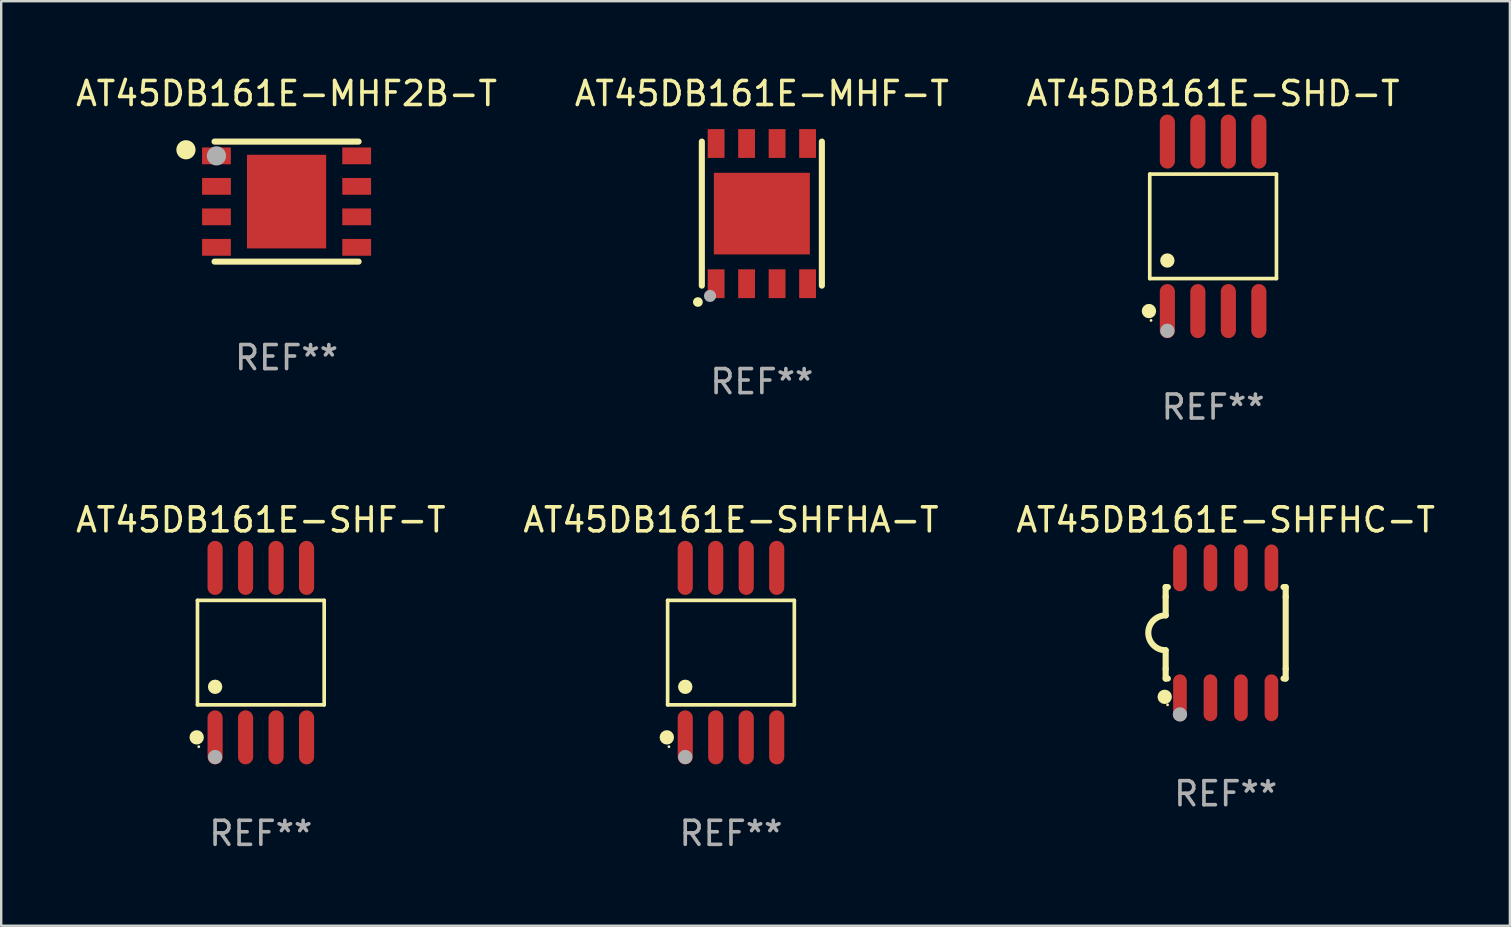
<source format=kicad_pcb>
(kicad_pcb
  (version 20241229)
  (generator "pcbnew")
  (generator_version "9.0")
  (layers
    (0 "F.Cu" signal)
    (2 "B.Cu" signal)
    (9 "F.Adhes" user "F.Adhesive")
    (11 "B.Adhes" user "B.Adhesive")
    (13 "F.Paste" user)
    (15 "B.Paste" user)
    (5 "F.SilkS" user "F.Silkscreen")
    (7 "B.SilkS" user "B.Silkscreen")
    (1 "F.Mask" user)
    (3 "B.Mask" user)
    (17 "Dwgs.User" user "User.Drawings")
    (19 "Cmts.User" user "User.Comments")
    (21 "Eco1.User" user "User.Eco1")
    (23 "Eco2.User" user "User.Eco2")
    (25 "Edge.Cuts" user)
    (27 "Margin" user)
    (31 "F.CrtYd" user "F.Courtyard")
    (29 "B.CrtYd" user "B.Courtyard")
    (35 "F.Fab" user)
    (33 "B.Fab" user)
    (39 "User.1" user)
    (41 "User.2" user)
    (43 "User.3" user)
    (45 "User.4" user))
  (footprint "AT45DB161E-SHFHC-T"
    (layer "F.Cu")
    (at 48.006 23.31)
    (property "Reference" "AT45DB161E-SHFHC-T" (at 0 -4.705 0) (layer "F.SilkS") (effects (font (size 1 1) (thickness 0.15))))
    (attr through_hole)
    (fp_line (start -2.5 -1.905) (end -2.409 -1.905) (stroke (width 0.254) (type solid)) (layer "F.SilkS"))
    (fp_line (start -2.5 -1.5) (end -2.5 -1.905) (stroke (width 0.254) (type solid)) (layer "F.SilkS"))
    (fp_line (start -2.5 -1.5) (end -2.5 -0.726) (stroke (width 0.254) (type solid)) (layer "F.SilkS"))
    (fp_line (start -2.5 1.5) (end -2.5 0.727) (stroke (width 0.254) (type solid)) (layer "F.SilkS"))
    (fp_line (start -2.5 1.5) (end -2.5 1.905) (stroke (width 0.254) (type solid)) (layer "F.SilkS"))
    (fp_line (start -2.5 1.905) (end -2.409 1.905) (stroke (width 0.254) (type solid)) (layer "F.SilkS"))
    (fp_line (start 2.5 -1.905) (end 2.409 -1.905) (stroke (width 0.254) (type solid)) (layer "F.SilkS"))
    (fp_line (start 2.5 -1.5) (end 2.5 -1.905) (stroke (width 0.254) (type solid)) (layer "F.SilkS"))
    (fp_line (start 2.5 -1.5) (end 2.5 1.5) (stroke (width 0.254) (type solid)) (layer "F.SilkS"))
    (fp_line (start 2.5 1.5) (end 2.5 1.905) (stroke (width 0.254) (type solid)) (layer "F.SilkS"))
    (fp_line (start 2.5 1.905) (end 2.409 1.905) (stroke (width 0.254) (type solid)) (layer "F.SilkS"))
    (fp_arc (start -2.5 0.726568) (mid -3.220316 -0.0023) (end -2.495097 -0.726289) (stroke (width 0.254001) (type solid)) (layer "F.SilkS"))
    (fp_circle (center -2.54 2.667) (end -2.39 2.667) (stroke (width 0.3) (type solid)) (fill no) (layer "F.SilkS"))
    (fp_circle (center -2.42 3) (end -2.39 3) (stroke (width 0.06) (type solid)) (fill no) (layer "F.SilkS"))
    (fp_circle (center -1.905 3.4) (end -1.755 3.4) (stroke (width 0.3) (type solid)) (fill no) (layer "F.Fab"))
    (fp_text user "REF**" (at 0 6.705 0) (layer "F.Fab") (effects (font (size 1 1) (thickness 0.15))))
    (pad "1" smd oval (at -1.905 2.705) (size 0.568 1.95) (layers "F.Cu" "F.Mask" "F.Paste"))
    (pad "2" smd oval (at -0.635 2.705) (size 0.568 1.95) (layers "F.Cu" "F.Mask" "F.Paste"))
    (pad "3" smd oval (at 0.635 2.705) (size 0.568 1.95) (layers "F.Cu" "F.Mask" "F.Paste"))
    (pad "4" smd oval (at 1.905 2.705) (size 0.568 1.95) (layers "F.Cu" "F.Mask" "F.Paste"))
    (pad "5" smd oval (at 1.905 -2.705) (size 0.568 1.95) (layers "F.Cu" "F.Mask" "F.Paste"))
    (pad "6" smd oval (at 0.635 -2.705) (size 0.568 1.95) (layers "F.Cu" "F.Mask" "F.Paste"))
    (pad "7" smd oval (at -0.635 -2.705) (size 0.568 1.95) (layers "F.Cu" "F.Mask" "F.Paste"))
    (pad "8" smd oval (at -1.905 -2.705) (size 0.568 1.95) (layers "F.Cu" "F.Mask" "F.Paste")))
  (footprint "AT45DB161E-SHF-T"
    (layer "F.Cu")
    (at 7.815 24.135)
    (property "Reference" "AT45DB161E-SHF-T" (at 0 -5.53 0) (layer "F.SilkS") (effects (font (size 1 1) (thickness 0.15))))
    (attr through_hole)
    (fp_line (start -2.639 -2.176) (end 2.639 -2.176) (stroke (width 0.152) (type solid)) (layer "F.SilkS"))
    (fp_line (start -2.639 2.176) (end -2.639 -2.176) (stroke (width 0.152) (type solid)) (layer "F.SilkS"))
    (fp_line (start 2.639 -2.176) (end 2.639 2.176) (stroke (width 0.152) (type solid)) (layer "F.SilkS"))
    (fp_line (start 2.639 2.176) (end -2.639 2.176) (stroke (width 0.152) (type solid)) (layer "F.SilkS"))
    (fp_circle (center -2.672 3.53) (end -2.522 3.53) (stroke (width 0.3) (type solid)) (fill no) (layer "F.SilkS"))
    (fp_circle (center -2.585 3.92) (end -2.555 3.92) (stroke (width 0.06) (type solid)) (fill no) (layer "F.SilkS"))
    (fp_circle (center -1.905 1.424) (end -1.755 1.424) (stroke (width 0.3) (type solid)) (fill no) (layer "F.SilkS"))
    (fp_circle (center -1.905 4.35) (end -1.755 4.35) (stroke (width 0.3) (type solid)) (fill no) (layer "F.Fab"))
    (fp_text user "REF**" (at 0 7.53 0) (layer "F.Fab") (effects (font (size 1 1) (thickness 0.15))))
    (pad "1" smd oval (at -1.905 3.53) (size 0.63 2.25) (layers "F.Cu" "F.Mask" "F.Paste"))
    (pad "2" smd oval (at -0.635 3.53) (size 0.63 2.25) (layers "F.Cu" "F.Mask" "F.Paste"))
    (pad "3" smd oval (at 0.635 3.53) (size 0.63 2.25) (layers "F.Cu" "F.Mask" "F.Paste"))
    (pad "4" smd oval (at 1.905 3.53) (size 0.63 2.25) (layers "F.Cu" "F.Mask" "F.Paste"))
    (pad "5" smd oval (at 1.905 -3.53) (size 0.63 2.25) (layers "F.Cu" "F.Mask" "F.Paste"))
    (pad "6" smd oval (at 0.635 -3.53) (size 0.63 2.25) (layers "F.Cu" "F.Mask" "F.Paste"))
    (pad "7" smd oval (at -0.635 -3.53) (size 0.63 2.25) (layers "F.Cu" "F.Mask" "F.Paste"))
    (pad "8" smd oval (at -1.905 -3.53) (size 0.63 2.25) (layers "F.Cu" "F.Mask" "F.Paste")))
  (footprint "AT45DB161E-SHD-T"
    (layer "F.Cu")
    (at 47.482 6.378)
    (property "Reference" "AT45DB161E-SHD-T" (at 0 -5.53 0) (layer "F.SilkS") (effects (font (size 1 1) (thickness 0.15))))
    (attr through_hole)
    (fp_line (start -2.639 -2.176) (end 2.639 -2.176) (stroke (width 0.152) (type solid)) (layer "F.SilkS"))
    (fp_line (start -2.639 2.176) (end -2.639 -2.176) (stroke (width 0.152) (type solid)) (layer "F.SilkS"))
    (fp_line (start 2.639 -2.176) (end 2.639 2.176) (stroke (width 0.152) (type solid)) (layer "F.SilkS"))
    (fp_line (start 2.639 2.176) (end -2.639 2.176) (stroke (width 0.152) (type solid)) (layer "F.SilkS"))
    (fp_circle (center -2.672 3.53) (end -2.522 3.53) (stroke (width 0.3) (type solid)) (fill no) (layer "F.SilkS"))
    (fp_circle (center -2.585 3.92) (end -2.555 3.92) (stroke (width 0.06) (type solid)) (fill no) (layer "F.SilkS"))
    (fp_circle (center -1.905 1.424) (end -1.755 1.424) (stroke (width 0.3) (type solid)) (fill no) (layer "F.SilkS"))
    (fp_circle (center -1.905 4.35) (end -1.755 4.35) (stroke (width 0.3) (type solid)) (fill no) (layer "F.Fab"))
    (fp_text user "REF**" (at 0 7.53 0) (layer "F.Fab") (effects (font (size 1 1) (thickness 0.15))))
    (pad "1" smd oval (at -1.905 3.53) (size 0.63 2.25) (layers "F.Cu" "F.Mask" "F.Paste"))
    (pad "2" smd oval (at -0.635 3.53) (size 0.63 2.25) (layers "F.Cu" "F.Mask" "F.Paste"))
    (pad "3" smd oval (at 0.635 3.53) (size 0.63 2.25) (layers "F.Cu" "F.Mask" "F.Paste"))
    (pad "4" smd oval (at 1.905 3.53) (size 0.63 2.25) (layers "F.Cu" "F.Mask" "F.Paste"))
    (pad "5" smd oval (at 1.905 -3.53) (size 0.63 2.25) (layers "F.Cu" "F.Mask" "F.Paste"))
    (pad "6" smd oval (at 0.635 -3.53) (size 0.63 2.25) (layers "F.Cu" "F.Mask" "F.Paste"))
    (pad "7" smd oval (at -0.635 -3.53) (size 0.63 2.25) (layers "F.Cu" "F.Mask" "F.Paste"))
    (pad "8" smd oval (at -1.905 -3.53) (size 0.63 2.25) (layers "F.Cu" "F.Mask" "F.Paste")))
  (footprint "AT45DB161E-SHFHA-T"
    (layer "F.Cu")
    (at 27.399 24.135)
    (property "Reference" "AT45DB161E-SHFHA-T" (at 0 -5.53 0) (layer "F.SilkS") (effects (font (size 1 1) (thickness 0.15))))
    (attr through_hole)
    (fp_line (start -2.639 -2.176) (end 2.639 -2.176) (stroke (width 0.152) (type solid)) (layer "F.SilkS"))
    (fp_line (start -2.639 2.176) (end -2.639 -2.176) (stroke (width 0.152) (type solid)) (layer "F.SilkS"))
    (fp_line (start 2.639 -2.176) (end 2.639 2.176) (stroke (width 0.152) (type solid)) (layer "F.SilkS"))
    (fp_line (start 2.639 2.176) (end -2.639 2.176) (stroke (width 0.152) (type solid)) (layer "F.SilkS"))
    (fp_circle (center -2.672 3.53) (end -2.522 3.53) (stroke (width 0.3) (type solid)) (fill no) (layer "F.SilkS"))
    (fp_circle (center -2.585 3.92) (end -2.555 3.92) (stroke (width 0.06) (type solid)) (fill no) (layer "F.SilkS"))
    (fp_circle (center -1.905 1.424) (end -1.755 1.424) (stroke (width 0.3) (type solid)) (fill no) (layer "F.SilkS"))
    (fp_circle (center -1.905 4.35) (end -1.755 4.35) (stroke (width 0.3) (type solid)) (fill no) (layer "F.Fab"))
    (fp_text user "REF**" (at 0 7.53 0) (layer "F.Fab") (effects (font (size 1 1) (thickness 0.15))))
    (pad "1" smd oval (at -1.905 3.53) (size 0.63 2.25) (layers "F.Cu" "F.Mask" "F.Paste"))
    (pad "2" smd oval (at -0.635 3.53) (size 0.63 2.25) (layers "F.Cu" "F.Mask" "F.Paste"))
    (pad "3" smd oval (at 0.635 3.53) (size 0.63 2.25) (layers "F.Cu" "F.Mask" "F.Paste"))
    (pad "4" smd oval (at 1.905 3.53) (size 0.63 2.25) (layers "F.Cu" "F.Mask" "F.Paste"))
    (pad "5" smd oval (at 1.905 -3.53) (size 0.63 2.25) (layers "F.Cu" "F.Mask" "F.Paste"))
    (pad "6" smd oval (at 0.635 -3.53) (size 0.63 2.25) (layers "F.Cu" "F.Mask" "F.Paste"))
    (pad "7" smd oval (at -0.635 -3.53) (size 0.63 2.25) (layers "F.Cu" "F.Mask" "F.Paste"))
    (pad "8" smd oval (at -1.905 -3.53) (size 0.63 2.25) (layers "F.Cu" "F.Mask" "F.Paste")))
  (footprint "AT45DB161E-MHF2B-T"
    (layer "F.Cu")
    (at 8.887 5.348)
    (property "Reference" "AT45DB161E-MHF2B-T" (at 0 -4.5 0) (layer "F.SilkS") (effects (font (size 1 1) (thickness 0.15))))
    (attr through_hole)
    (fp_line (start 3 -2.5) (end -3 -2.5) (stroke (width 0.254) (type solid)) (layer "F.SilkS"))
    (fp_line (start 3 2.5) (end -3 2.5) (stroke (width 0.254) (type solid)) (layer "F.SilkS"))
    (fp_circle (center -4.191 -2.159) (end -3.991 -2.159) (stroke (width 0.4) (type solid)) (fill no) (layer "F.SilkS"))
    (fp_circle (center -3 -2.5) (end -2.97 -2.5) (stroke (width 0.06) (type solid)) (fill no) (layer "F.SilkS"))
    (fp_circle (center -2.92 -1.905) (end -2.72 -1.905) (stroke (width 0.4) (type solid)) (fill no) (layer "F.Fab"))
    (fp_text user "REF**" (at 0 6.5 0) (layer "F.Fab") (effects (font (size 1 1) (thickness 0.15))))
    (pad "1" smd rect (at -2.92 -1.905) (size 1.2 0.7) (layers "F.Cu" "F.Mask" "F.Paste"))
    (pad "2" smd rect (at -2.92 -0.635) (size 1.2 0.7) (layers "F.Cu" "F.Mask" "F.Paste"))
    (pad "3" smd rect (at -2.92 0.635) (size 1.2 0.7) (layers "F.Cu" "F.Mask" "F.Paste"))
    (pad "4" smd rect (at -2.92 1.905) (size 1.2 0.7) (layers "F.Cu" "F.Mask" "F.Paste"))
    (pad "5" smd rect (at 2.92 1.905) (size 1.2 0.7) (layers "F.Cu" "F.Mask" "F.Paste"))
    (pad "6" smd rect (at 2.92 0.635) (size 1.2 0.7) (layers "F.Cu" "F.Mask" "F.Paste"))
    (pad "7" smd rect (at 2.92 -0.635) (size 1.2 0.7) (layers "F.Cu" "F.Mask" "F.Paste"))
    (pad "8" smd rect (at 2.92 -1.905) (size 1.2 0.7) (layers "F.Cu" "F.Mask" "F.Paste"))
    (pad "9" smd rect (at 0 0) (size 3.3 3.9) (layers "F.Cu" "F.Mask" "F.Paste")))
  (footprint "AT45DB161E-MHF-T"
    (layer "F.Cu")
    (at 28.685 5.848)
    (property "Reference" "AT45DB161E-MHF-T" (at 0 -5 0) (layer "F.SilkS") (effects (font (size 1 1) (thickness 0.15))))
    (attr through_hole)
    (fp_line (start -2.5 -3) (end -2.5 3) (stroke (width 0.254) (type solid)) (layer "F.SilkS"))
    (fp_line (start 2.5 -3) (end 2.5 3) (stroke (width 0.254) (type solid)) (layer "F.SilkS"))
    (fp_arc (start -2.667005 3.683007) (mid -2.664465 3.682991) (end -2.661925 3.683007) (stroke (width 0.4) (type solid)) (layer "F.SilkS"))
    (fp_circle (center -2.5 3) (end -2.47 3) (stroke (width 0.06) (type solid)) (fill no) (layer "F.SilkS"))
    (fp_circle (center -2.159 3.429) (end -2.032 3.429) (stroke (width 0.254) (type solid)) (fill no) (layer "F.Fab"))
    (fp_text user "REF**" (at 0 7 0) (layer "F.Fab") (effects (font (size 1 1) (thickness 0.15))))
    (pad "1" smd rect (at -1.905 2.92 90) (size 1.2 0.7) (layers "F.Cu" "F.Mask" "F.Paste"))
    (pad "2" smd rect (at -0.635 2.92 90) (size 1.2 0.7) (layers "F.Cu" "F.Mask" "F.Paste"))
    (pad "3" smd rect (at 0.635 2.92 90) (size 1.2 0.7) (layers "F.Cu" "F.Mask" "F.Paste"))
    (pad "4" smd rect (at 1.905 2.92 90) (size 1.2 0.7) (layers "F.Cu" "F.Mask" "F.Paste"))
    (pad "5" smd rect (at 1.905 -2.92 90) (size 1.2 0.7) (layers "F.Cu" "F.Mask" "F.Paste"))
    (pad "6" smd rect (at 0.635 -2.92 90) (size 1.2 0.7) (layers "F.Cu" "F.Mask" "F.Paste"))
    (pad "7" smd rect (at -0.635 -2.92 90) (size 1.2 0.7) (layers "F.Cu" "F.Mask" "F.Paste"))
    (pad "8" smd rect (at -1.905 -2.92 90) (size 1.2 0.7) (layers "F.Cu" "F.Mask" "F.Paste"))
    (pad "9" smd rect (at 0 0 90) (size 3.4 4) (layers "F.Cu" "F.Mask" "F.Paste")))
  (gr_rect
    (start -3 -3)
    (end 59.845 35.513)
    (stroke (width 0.1) (type default))
    (fill no)
    (layer "Edge.Cuts")))
</source>
